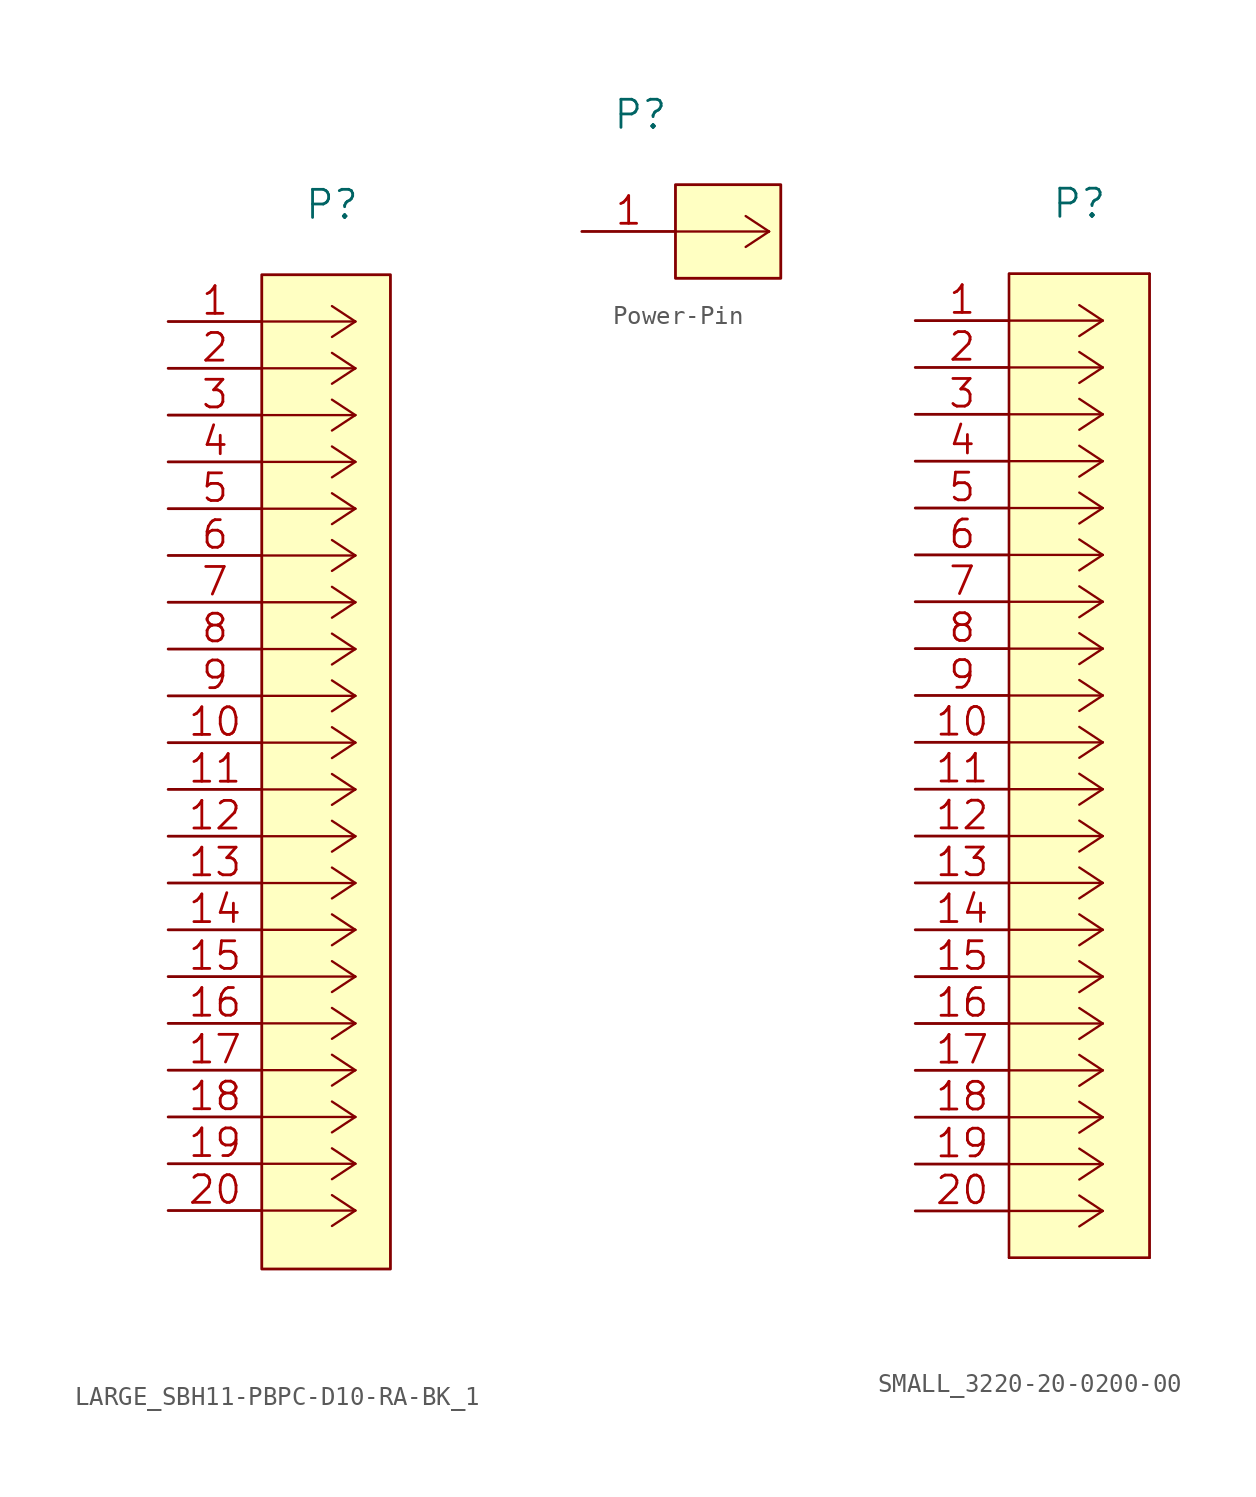
<source format=kicad_sym>
(kicad_symbol_lib
  (version 20211014)
  (generator kicad_symbol_editor)
  (symbol "LARGE_SBH11-PBPC-D10-RA-BK_1"
    (pin_names
      (offset 0.254) hide)
    (property "Reference" "P"
      (at 8.89 6.35 0)
      (effects (font (size 1.524 1.524))))
    (symbol "LARGE_SBH11-PBPC-D10-RA-BK_1_1_1"
      (polyline (pts (xy 10.16 -48.26) (xy 5.08 -48.26)) (stroke (width 0.127) (type default) (color 0 0 0 0)) (fill (type none)))
      (polyline (pts (xy 10.16 -48.26) (xy 8.89 -49.098)) (stroke (width 0.127) (type default) (color 0 0 0 0)) (fill (type none)))
      (polyline (pts (xy 10.16 -48.26) (xy 8.89 -47.422)) (stroke (width 0.127) (type default) (color 0 0 0 0)) (fill (type none)))
      (polyline (pts (xy 10.16 -45.72) (xy 5.08 -45.72)) (stroke (width 0.127) (type default) (color 0 0 0 0)) (fill (type none)))
      (polyline (pts (xy 10.16 -45.72) (xy 8.89 -46.558)) (stroke (width 0.127) (type default) (color 0 0 0 0)) (fill (type none)))
      (polyline (pts (xy 10.16 -45.72) (xy 8.89 -44.882)) (stroke (width 0.127) (type default) (color 0 0 0 0)) (fill (type none)))
      (polyline (pts (xy 10.16 -43.18) (xy 5.08 -43.18)) (stroke (width 0.127) (type default) (color 0 0 0 0)) (fill (type none)))
      (polyline (pts (xy 10.16 -43.18) (xy 8.89 -44.018)) (stroke (width 0.127) (type default) (color 0 0 0 0)) (fill (type none)))
      (polyline (pts (xy 10.16 -43.18) (xy 8.89 -42.342)) (stroke (width 0.127) (type default) (color 0 0 0 0)) (fill (type none)))
      (polyline (pts (xy 10.16 -40.64) (xy 5.08 -40.64)) (stroke (width 0.127) (type default) (color 0 0 0 0)) (fill (type none)))
      (polyline (pts (xy 10.16 -40.64) (xy 8.89 -41.478)) (stroke (width 0.127) (type default) (color 0 0 0 0)) (fill (type none)))
      (polyline (pts (xy 10.16 -40.64) (xy 8.89 -39.802)) (stroke (width 0.127) (type default) (color 0 0 0 0)) (fill (type none)))
      (polyline (pts (xy 10.16 -38.1) (xy 5.08 -38.1)) (stroke (width 0.127) (type default) (color 0 0 0 0)) (fill (type none)))
      (polyline (pts (xy 10.16 -38.1) (xy 8.89 -38.938)) (stroke (width 0.127) (type default) (color 0 0 0 0)) (fill (type none)))
      (polyline (pts (xy 10.16 -38.1) (xy 8.89 -37.262)) (stroke (width 0.127) (type default) (color 0 0 0 0)) (fill (type none)))
      (polyline (pts (xy 10.16 -35.56) (xy 5.08 -35.56)) (stroke (width 0.127) (type default) (color 0 0 0 0)) (fill (type none)))
      (polyline (pts (xy 10.16 -35.56) (xy 8.89 -36.398)) (stroke (width 0.127) (type default) (color 0 0 0 0)) (fill (type none)))
      (polyline (pts (xy 10.16 -35.56) (xy 8.89 -34.722)) (stroke (width 0.127) (type default) (color 0 0 0 0)) (fill (type none)))
      (polyline (pts (xy 10.16 -33.02) (xy 5.08 -33.02)) (stroke (width 0.127) (type default) (color 0 0 0 0)) (fill (type none)))
      (polyline (pts (xy 10.16 -33.02) (xy 8.89 -33.858)) (stroke (width 0.127) (type default) (color 0 0 0 0)) (fill (type none)))
      (polyline (pts (xy 10.16 -33.02) (xy 8.89 -32.182)) (stroke (width 0.127) (type default) (color 0 0 0 0)) (fill (type none)))
      (polyline (pts (xy 10.16 -30.48) (xy 5.08 -30.48)) (stroke (width 0.127) (type default) (color 0 0 0 0)) (fill (type none)))
      (polyline (pts (xy 10.16 -30.48) (xy 8.89 -31.318)) (stroke (width 0.127) (type default) (color 0 0 0 0)) (fill (type none)))
      (polyline (pts (xy 10.16 -30.48) (xy 8.89 -29.642)) (stroke (width 0.127) (type default) (color 0 0 0 0)) (fill (type none)))
      (polyline (pts (xy 10.16 -27.94) (xy 5.08 -27.94)) (stroke (width 0.127) (type default) (color 0 0 0 0)) (fill (type none)))
      (polyline (pts (xy 10.16 -27.94) (xy 8.89 -28.778)) (stroke (width 0.127) (type default) (color 0 0 0 0)) (fill (type none)))
      (polyline (pts (xy 10.16 -27.94) (xy 8.89 -27.102)) (stroke (width 0.127) (type default) (color 0 0 0 0)) (fill (type none)))
      (polyline (pts (xy 10.16 -25.4) (xy 5.08 -25.4)) (stroke (width 0.127) (type default) (color 0 0 0 0)) (fill (type none)))
      (polyline (pts (xy 10.16 -25.4) (xy 8.89 -26.238)) (stroke (width 0.127) (type default) (color 0 0 0 0)) (fill (type none)))
      (polyline (pts (xy 10.16 -25.4) (xy 8.89 -24.562)) (stroke (width 0.127) (type default) (color 0 0 0 0)) (fill (type none)))
      (polyline (pts (xy 10.16 -22.86) (xy 5.08 -22.86)) (stroke (width 0.127) (type default) (color 0 0 0 0)) (fill (type none)))
      (polyline (pts (xy 10.16 -22.86) (xy 8.89 -23.698)) (stroke (width 0.127) (type default) (color 0 0 0 0)) (fill (type none)))
      (polyline (pts (xy 10.16 -22.86) (xy 8.89 -22.022)) (stroke (width 0.127) (type default) (color 0 0 0 0)) (fill (type none)))
      (polyline (pts (xy 10.16 -20.32) (xy 5.08 -20.32)) (stroke (width 0.127) (type default) (color 0 0 0 0)) (fill (type none)))
      (polyline (pts (xy 10.16 -20.32) (xy 8.89 -21.158)) (stroke (width 0.127) (type default) (color 0 0 0 0)) (fill (type none)))
      (polyline (pts (xy 10.16 -20.32) (xy 8.89 -19.482)) (stroke (width 0.127) (type default) (color 0 0 0 0)) (fill (type none)))
      (polyline (pts (xy 10.16 -17.78) (xy 5.08 -17.78)) (stroke (width 0.127) (type default) (color 0 0 0 0)) (fill (type none)))
      (polyline (pts (xy 10.16 -17.78) (xy 8.89 -18.618)) (stroke (width 0.127) (type default) (color 0 0 0 0)) (fill (type none)))
      (polyline (pts (xy 10.16 -17.78) (xy 8.89 -16.942)) (stroke (width 0.127) (type default) (color 0 0 0 0)) (fill (type none)))
      (polyline (pts (xy 10.16 -15.24) (xy 5.08 -15.24)) (stroke (width 0.127) (type default) (color 0 0 0 0)) (fill (type none)))
      (polyline (pts (xy 10.16 -15.24) (xy 8.89 -16.078)) (stroke (width 0.127) (type default) (color 0 0 0 0)) (fill (type none)))
      (polyline (pts (xy 10.16 -15.24) (xy 8.89 -14.402)) (stroke (width 0.127) (type default) (color 0 0 0 0)) (fill (type none)))
      (polyline (pts (xy 10.16 -12.7) (xy 5.08 -12.7)) (stroke (width 0.127) (type default) (color 0 0 0 0)) (fill (type none)))
      (polyline (pts (xy 10.16 -12.7) (xy 8.89 -13.538)) (stroke (width 0.127) (type default) (color 0 0 0 0)) (fill (type none)))
      (polyline (pts (xy 10.16 -12.7) (xy 8.89 -11.862)) (stroke (width 0.127) (type default) (color 0 0 0 0)) (fill (type none)))
      (polyline (pts (xy 10.16 -10.16) (xy 5.08 -10.16)) (stroke (width 0.127) (type default) (color 0 0 0 0)) (fill (type none)))
      (polyline (pts (xy 10.16 -10.16) (xy 8.89 -10.998)) (stroke (width 0.127) (type default) (color 0 0 0 0)) (fill (type none)))
      (polyline (pts (xy 10.16 -10.16) (xy 8.89 -9.322)) (stroke (width 0.127) (type default) (color 0 0 0 0)) (fill (type none)))
      (polyline (pts (xy 10.16 -7.62) (xy 5.08 -7.62)) (stroke (width 0.127) (type default) (color 0 0 0 0)) (fill (type none)))
      (polyline (pts (xy 10.16 -7.62) (xy 8.89 -8.458)) (stroke (width 0.127) (type default) (color 0 0 0 0)) (fill (type none)))
      (polyline (pts (xy 10.16 -7.62) (xy 8.89 -6.782)) (stroke (width 0.127) (type default) (color 0 0 0 0)) (fill (type none)))
      (polyline (pts (xy 10.16 -5.08) (xy 5.08 -5.08)) (stroke (width 0.127) (type default) (color 0 0 0 0)) (fill (type none)))
      (polyline (pts (xy 10.16 -5.08) (xy 8.89 -5.918)) (stroke (width 0.127) (type default) (color 0 0 0 0)) (fill (type none)))
      (polyline (pts (xy 10.16 -5.08) (xy 8.89 -4.242)) (stroke (width 0.127) (type default) (color 0 0 0 0)) (fill (type none)))
      (polyline (pts (xy 10.16 -2.54) (xy 5.08 -2.54)) (stroke (width 0.127) (type default) (color 0 0 0 0)) (fill (type none)))
      (polyline (pts (xy 10.16 -2.54) (xy 8.89 -3.378)) (stroke (width 0.127) (type default) (color 0 0 0 0)) (fill (type none)))
      (polyline (pts (xy 10.16 -2.54) (xy 8.89 -1.702)) (stroke (width 0.127) (type default) (color 0 0 0 0)) (fill (type none)))
      (polyline (pts (xy 10.16 0) (xy 5.08 0)) (stroke (width 0.127) (type default) (color 0 0 0 0)) (fill (type none)))
      (polyline (pts (xy 10.16 0) (xy 8.89 -0.838)) (stroke (width 0.127) (type default) (color 0 0 0 0)) (fill (type none)))
      (polyline (pts (xy 10.16 0) (xy 8.89 0.838)) (stroke (width 0.127) (type default) (color 0 0 0 0)) (fill (type none)))
      (rectangle (start 5.08 2.54) (end 12.065 -51.435) (stroke (width 0.152) (type default) (color 0 0 0 0)) (fill (type background)))
      (pin passive line (at 0 0 0) (length 5.08) (name "1" (effects (font (size 1.499 1.499)))) (number "1" (effects (font (size 1.499 1.499)))))
      (pin passive line (at 0 -22.86 0) (length 5.08) (name "10" (effects (font (size 1.499 1.499)))) (number "10" (effects (font (size 1.499 1.499)))))
      (pin passive line (at 0 -25.4 0) (length 5.08) (name "11" (effects (font (size 1.499 1.499)))) (number "11" (effects (font (size 1.499 1.499)))))
      (pin passive line (at 0 -27.94 0) (length 5.08) (name "12" (effects (font (size 1.499 1.499)))) (number "12" (effects (font (size 1.499 1.499)))))
      (pin passive line (at 0 -30.48 0) (length 5.08) (name "13" (effects (font (size 1.499 1.499)))) (number "13" (effects (font (size 1.499 1.499)))))
      (pin passive line (at 0 -33.02 0) (length 5.08) (name "14" (effects (font (size 1.499 1.499)))) (number "14" (effects (font (size 1.499 1.499)))))
      (pin passive line (at 0 -35.56 0) (length 5.08) (name "15" (effects (font (size 1.499 1.499)))) (number "15" (effects (font (size 1.499 1.499)))))
      (pin passive line (at 0 -38.1 0) (length 5.08) (name "16" (effects (font (size 1.499 1.499)))) (number "16" (effects (font (size 1.499 1.499)))))
      (pin passive line (at 0 -40.64 0) (length 5.08) (name "17" (effects (font (size 1.499 1.499)))) (number "17" (effects (font (size 1.499 1.499)))))
      (pin passive line (at 0 -43.18 0) (length 5.08) (name "18" (effects (font (size 1.499 1.499)))) (number "18" (effects (font (size 1.499 1.499)))))
      (pin passive line (at 0 -45.72 0) (length 5.08) (name "19" (effects (font (size 1.499 1.499)))) (number "19" (effects (font (size 1.499 1.499)))))
      (pin passive line (at 0 -2.54 0) (length 5.08) (name "2" (effects (font (size 1.499 1.499)))) (number "2" (effects (font (size 1.499 1.499)))))
      (pin passive line (at 0 -48.26 0) (length 5.08) (name "20" (effects (font (size 1.499 1.499)))) (number "20" (effects (font (size 1.499 1.499)))))
      (pin passive line (at 0 -5.08 0) (length 5.08) (name "3" (effects (font (size 1.499 1.499)))) (number "3" (effects (font (size 1.499 1.499)))))
      (pin passive line (at 0 -7.62 0) (length 5.08) (name "4" (effects (font (size 1.499 1.499)))) (number "4" (effects (font (size 1.499 1.499)))))
      (pin passive line (at 0 -10.16 0) (length 5.08) (name "5" (effects (font (size 1.499 1.499)))) (number "5" (effects (font (size 1.499 1.499)))))
      (pin passive line (at 0 -12.7 0) (length 5.08) (name "6" (effects (font (size 1.499 1.499)))) (number "6" (effects (font (size 1.499 1.499)))))
      (pin passive line (at 0 -15.24 0) (length 5.08) (name "7" (effects (font (size 1.499 1.499)))) (number "7" (effects (font (size 1.499 1.499)))))
      (pin passive line (at 0 -17.78 0) (length 5.08) (name "8" (effects (font (size 1.499 1.499)))) (number "8" (effects (font (size 1.499 1.499)))))
      (pin passive line (at 0 -20.32 0) (length 5.08) (name "9" (effects (font (size 1.499 1.499)))) (number "9" (effects (font (size 1.499 1.499)))))))
  (symbol "Power-Pin"
    (pin_names
      (offset 0.254) hide)
    (property "Reference" "P"
      (at -1.905 6.35 0)
      (effects (font (size 1.524 1.524))))
    (symbol "Power-Pin_1_1"
      (polyline (pts (xy 5.08 0) (xy 0 0)) (stroke (width 0.127) (type default) (color 0 0 0 0)) (fill (type none)))
      (polyline (pts (xy 5.08 0) (xy 3.81 -0.838)) (stroke (width 0.127) (type default) (color 0 0 0 0)) (fill (type none)))
      (polyline (pts (xy 5.08 0) (xy 3.81 0.838)) (stroke (width 0.127) (type default) (color 0 0 0 0)) (fill (type none)))
      (rectangle (start 0 2.54) (end 5.715 -2.54) (stroke (width 0.152) (type default) (color 0 0 0 0)) (fill (type background)))
      (pin passive line (at -5.08 0 0) (length 5.08) (name "1" (effects (font (size 1.499 1.499)))) (number "1" (effects (font (size 1.499 1.499)))))))
  (symbol "SMALL_3220-20-0200-00"
    (pin_names
      (offset 0.254) hide)
    (property "Reference" "P"
      (at 8.89 6.35 0)
      (effects (font (size 1.524 1.524))))
    (symbol "SMALL_3220-20-0200-00_1_1"
      (polyline (pts (xy 5.08 -50.8) (xy 12.7 -50.8)) (stroke (width 0.127) (type default) (color 0 0 0 0)) (fill (type none)))
      (polyline (pts (xy 5.08 2.54) (xy 5.08 -50.8)) (stroke (width 0.127) (type default) (color 0 0 0 0)) (fill (type none)))
      (polyline (pts (xy 10.16 -48.26) (xy 5.08 -48.26)) (stroke (width 0.127) (type default) (color 0 0 0 0)) (fill (type none)))
      (polyline (pts (xy 10.16 -48.26) (xy 8.89 -49.098)) (stroke (width 0.127) (type default) (color 0 0 0 0)) (fill (type none)))
      (polyline (pts (xy 10.16 -48.26) (xy 8.89 -47.422)) (stroke (width 0.127) (type default) (color 0 0 0 0)) (fill (type none)))
      (polyline (pts (xy 10.16 -45.72) (xy 5.08 -45.72)) (stroke (width 0.127) (type default) (color 0 0 0 0)) (fill (type none)))
      (polyline (pts (xy 10.16 -45.72) (xy 8.89 -46.558)) (stroke (width 0.127) (type default) (color 0 0 0 0)) (fill (type none)))
      (polyline (pts (xy 10.16 -45.72) (xy 8.89 -44.882)) (stroke (width 0.127) (type default) (color 0 0 0 0)) (fill (type none)))
      (polyline (pts (xy 10.16 -43.18) (xy 5.08 -43.18)) (stroke (width 0.127) (type default) (color 0 0 0 0)) (fill (type none)))
      (polyline (pts (xy 10.16 -43.18) (xy 8.89 -44.018)) (stroke (width 0.127) (type default) (color 0 0 0 0)) (fill (type none)))
      (polyline (pts (xy 10.16 -43.18) (xy 8.89 -42.342)) (stroke (width 0.127) (type default) (color 0 0 0 0)) (fill (type none)))
      (polyline (pts (xy 10.16 -40.64) (xy 5.08 -40.64)) (stroke (width 0.127) (type default) (color 0 0 0 0)) (fill (type none)))
      (polyline (pts (xy 10.16 -40.64) (xy 8.89 -41.478)) (stroke (width 0.127) (type default) (color 0 0 0 0)) (fill (type none)))
      (polyline (pts (xy 10.16 -40.64) (xy 8.89 -39.802)) (stroke (width 0.127) (type default) (color 0 0 0 0)) (fill (type none)))
      (polyline (pts (xy 10.16 -38.1) (xy 5.08 -38.1)) (stroke (width 0.127) (type default) (color 0 0 0 0)) (fill (type none)))
      (polyline (pts (xy 10.16 -38.1) (xy 8.89 -38.938)) (stroke (width 0.127) (type default) (color 0 0 0 0)) (fill (type none)))
      (polyline (pts (xy 10.16 -38.1) (xy 8.89 -37.262)) (stroke (width 0.127) (type default) (color 0 0 0 0)) (fill (type none)))
      (polyline (pts (xy 10.16 -35.56) (xy 5.08 -35.56)) (stroke (width 0.127) (type default) (color 0 0 0 0)) (fill (type none)))
      (polyline (pts (xy 10.16 -35.56) (xy 8.89 -36.398)) (stroke (width 0.127) (type default) (color 0 0 0 0)) (fill (type none)))
      (polyline (pts (xy 10.16 -35.56) (xy 8.89 -34.722)) (stroke (width 0.127) (type default) (color 0 0 0 0)) (fill (type none)))
      (polyline (pts (xy 10.16 -33.02) (xy 5.08 -33.02)) (stroke (width 0.127) (type default) (color 0 0 0 0)) (fill (type none)))
      (polyline (pts (xy 10.16 -33.02) (xy 8.89 -33.858)) (stroke (width 0.127) (type default) (color 0 0 0 0)) (fill (type none)))
      (polyline (pts (xy 10.16 -33.02) (xy 8.89 -32.182)) (stroke (width 0.127) (type default) (color 0 0 0 0)) (fill (type none)))
      (polyline (pts (xy 10.16 -30.48) (xy 5.08 -30.48)) (stroke (width 0.127) (type default) (color 0 0 0 0)) (fill (type none)))
      (polyline (pts (xy 10.16 -30.48) (xy 8.89 -31.318)) (stroke (width 0.127) (type default) (color 0 0 0 0)) (fill (type none)))
      (polyline (pts (xy 10.16 -30.48) (xy 8.89 -29.642)) (stroke (width 0.127) (type default) (color 0 0 0 0)) (fill (type none)))
      (polyline (pts (xy 10.16 -27.94) (xy 5.08 -27.94)) (stroke (width 0.127) (type default) (color 0 0 0 0)) (fill (type none)))
      (polyline (pts (xy 10.16 -27.94) (xy 8.89 -28.778)) (stroke (width 0.127) (type default) (color 0 0 0 0)) (fill (type none)))
      (polyline (pts (xy 10.16 -27.94) (xy 8.89 -27.102)) (stroke (width 0.127) (type default) (color 0 0 0 0)) (fill (type none)))
      (polyline (pts (xy 10.16 -25.4) (xy 5.08 -25.4)) (stroke (width 0.127) (type default) (color 0 0 0 0)) (fill (type none)))
      (polyline (pts (xy 10.16 -25.4) (xy 8.89 -26.238)) (stroke (width 0.127) (type default) (color 0 0 0 0)) (fill (type none)))
      (polyline (pts (xy 10.16 -25.4) (xy 8.89 -24.562)) (stroke (width 0.127) (type default) (color 0 0 0 0)) (fill (type none)))
      (polyline (pts (xy 10.16 -22.86) (xy 5.08 -22.86)) (stroke (width 0.127) (type default) (color 0 0 0 0)) (fill (type none)))
      (polyline (pts (xy 10.16 -22.86) (xy 8.89 -23.698)) (stroke (width 0.127) (type default) (color 0 0 0 0)) (fill (type none)))
      (polyline (pts (xy 10.16 -22.86) (xy 8.89 -22.022)) (stroke (width 0.127) (type default) (color 0 0 0 0)) (fill (type none)))
      (polyline (pts (xy 10.16 -20.32) (xy 5.08 -20.32)) (stroke (width 0.127) (type default) (color 0 0 0 0)) (fill (type none)))
      (polyline (pts (xy 10.16 -20.32) (xy 8.89 -21.158)) (stroke (width 0.127) (type default) (color 0 0 0 0)) (fill (type none)))
      (polyline (pts (xy 10.16 -20.32) (xy 8.89 -19.482)) (stroke (width 0.127) (type default) (color 0 0 0 0)) (fill (type none)))
      (polyline (pts (xy 10.16 -17.78) (xy 5.08 -17.78)) (stroke (width 0.127) (type default) (color 0 0 0 0)) (fill (type none)))
      (polyline (pts (xy 10.16 -17.78) (xy 8.89 -18.618)) (stroke (width 0.127) (type default) (color 0 0 0 0)) (fill (type none)))
      (polyline (pts (xy 10.16 -17.78) (xy 8.89 -16.942)) (stroke (width 0.127) (type default) (color 0 0 0 0)) (fill (type none)))
      (polyline (pts (xy 10.16 -15.24) (xy 5.08 -15.24)) (stroke (width 0.127) (type default) (color 0 0 0 0)) (fill (type none)))
      (polyline (pts (xy 10.16 -15.24) (xy 8.89 -16.078)) (stroke (width 0.127) (type default) (color 0 0 0 0)) (fill (type none)))
      (polyline (pts (xy 10.16 -15.24) (xy 8.89 -14.402)) (stroke (width 0.127) (type default) (color 0 0 0 0)) (fill (type none)))
      (polyline (pts (xy 10.16 -12.7) (xy 5.08 -12.7)) (stroke (width 0.127) (type default) (color 0 0 0 0)) (fill (type none)))
      (polyline (pts (xy 10.16 -12.7) (xy 8.89 -13.538)) (stroke (width 0.127) (type default) (color 0 0 0 0)) (fill (type none)))
      (polyline (pts (xy 10.16 -12.7) (xy 8.89 -11.862)) (stroke (width 0.127) (type default) (color 0 0 0 0)) (fill (type none)))
      (polyline (pts (xy 10.16 -10.16) (xy 5.08 -10.16)) (stroke (width 0.127) (type default) (color 0 0 0 0)) (fill (type none)))
      (polyline (pts (xy 10.16 -10.16) (xy 8.89 -10.998)) (stroke (width 0.127) (type default) (color 0 0 0 0)) (fill (type none)))
      (polyline (pts (xy 10.16 -10.16) (xy 8.89 -9.322)) (stroke (width 0.127) (type default) (color 0 0 0 0)) (fill (type none)))
      (polyline (pts (xy 10.16 -7.62) (xy 5.08 -7.62)) (stroke (width 0.127) (type default) (color 0 0 0 0)) (fill (type none)))
      (polyline (pts (xy 10.16 -7.62) (xy 8.89 -8.458)) (stroke (width 0.127) (type default) (color 0 0 0 0)) (fill (type none)))
      (polyline (pts (xy 10.16 -7.62) (xy 8.89 -6.782)) (stroke (width 0.127) (type default) (color 0 0 0 0)) (fill (type none)))
      (polyline (pts (xy 10.16 -5.08) (xy 5.08 -5.08)) (stroke (width 0.127) (type default) (color 0 0 0 0)) (fill (type none)))
      (polyline (pts (xy 10.16 -5.08) (xy 8.89 -5.918)) (stroke (width 0.127) (type default) (color 0 0 0 0)) (fill (type none)))
      (polyline (pts (xy 10.16 -5.08) (xy 8.89 -4.242)) (stroke (width 0.127) (type default) (color 0 0 0 0)) (fill (type none)))
      (polyline (pts (xy 10.16 -2.54) (xy 5.08 -2.54)) (stroke (width 0.127) (type default) (color 0 0 0 0)) (fill (type none)))
      (polyline (pts (xy 10.16 -2.54) (xy 8.89 -3.378)) (stroke (width 0.127) (type default) (color 0 0 0 0)) (fill (type none)))
      (polyline (pts (xy 10.16 -2.54) (xy 8.89 -1.702)) (stroke (width 0.127) (type default) (color 0 0 0 0)) (fill (type none)))
      (polyline (pts (xy 10.16 0) (xy 5.08 0)) (stroke (width 0.127) (type default) (color 0 0 0 0)) (fill (type none)))
      (polyline (pts (xy 10.16 0) (xy 8.89 -0.838)) (stroke (width 0.127) (type default) (color 0 0 0 0)) (fill (type none)))
      (polyline (pts (xy 10.16 0) (xy 8.89 0.838)) (stroke (width 0.127) (type default) (color 0 0 0 0)) (fill (type none)))
      (polyline (pts (xy 12.7 -50.8) (xy 12.7 2.54)) (stroke (width 0.127) (type default) (color 0 0 0 0)) (fill (type none)))
      (polyline (pts (xy 12.7 2.54) (xy 5.08 2.54)) (stroke (width 0.127) (type default) (color 0 0 0 0)) (fill (type background)))
      (rectangle (start 5.08 2.54) (end 12.7 -50.8) (stroke (width 0.127) (type default) (color 0 0 0 0)) (fill (type background)))
      (pin passive line (at 0 0 0) (length 5.08) (name "1" (effects (font (size 1.499 1.499)))) (number "1" (effects (font (size 1.499 1.499)))))
      (pin passive line (at 0 -22.86 0) (length 5.08) (name "10" (effects (font (size 1.499 1.499)))) (number "10" (effects (font (size 1.499 1.499)))))
      (pin passive line (at 0 -25.4 0) (length 5.08) (name "11" (effects (font (size 1.499 1.499)))) (number "11" (effects (font (size 1.499 1.499)))))
      (pin passive line (at 0 -27.94 0) (length 5.08) (name "12" (effects (font (size 1.499 1.499)))) (number "12" (effects (font (size 1.499 1.499)))))
      (pin passive line (at 0 -30.48 0) (length 5.08) (name "13" (effects (font (size 1.499 1.499)))) (number "13" (effects (font (size 1.499 1.499)))))
      (pin passive line (at 0 -33.02 0) (length 5.08) (name "14" (effects (font (size 1.499 1.499)))) (number "14" (effects (font (size 1.499 1.499)))))
      (pin passive line (at 0 -35.56 0) (length 5.08) (name "15" (effects (font (size 1.499 1.499)))) (number "15" (effects (font (size 1.499 1.499)))))
      (pin passive line (at 0 -38.1 0) (length 5.08) (name "16" (effects (font (size 1.499 1.499)))) (number "16" (effects (font (size 1.499 1.499)))))
      (pin passive line (at 0 -40.64 0) (length 5.08) (name "17" (effects (font (size 1.499 1.499)))) (number "17" (effects (font (size 1.499 1.499)))))
      (pin passive line (at 0 -43.18 0) (length 5.08) (name "18" (effects (font (size 1.499 1.499)))) (number "18" (effects (font (size 1.499 1.499)))))
      (pin passive line (at 0 -45.72 0) (length 5.08) (name "19" (effects (font (size 1.499 1.499)))) (number "19" (effects (font (size 1.499 1.499)))))
      (pin passive line (at 0 -2.54 0) (length 5.08) (name "2" (effects (font (size 1.499 1.499)))) (number "2" (effects (font (size 1.499 1.499)))))
      (pin passive line (at 0 -48.26 0) (length 5.08) (name "20" (effects (font (size 1.499 1.499)))) (number "20" (effects (font (size 1.499 1.499)))))
      (pin passive line (at 0 -5.08 0) (length 5.08) (name "3" (effects (font (size 1.499 1.499)))) (number "3" (effects (font (size 1.499 1.499)))))
      (pin passive line (at 0 -7.62 0) (length 5.08) (name "4" (effects (font (size 1.499 1.499)))) (number "4" (effects (font (size 1.499 1.499)))))
      (pin passive line (at 0 -10.16 0) (length 5.08) (name "5" (effects (font (size 1.499 1.499)))) (number "5" (effects (font (size 1.499 1.499)))))
      (pin passive line (at 0 -12.7 0) (length 5.08) (name "6" (effects (font (size 1.499 1.499)))) (number "6" (effects (font (size 1.499 1.499)))))
      (pin passive line (at 0 -15.24 0) (length 5.08) (name "7" (effects (font (size 1.499 1.499)))) (number "7" (effects (font (size 1.499 1.499)))))
      (pin passive line (at 0 -17.78 0) (length 5.08) (name "8" (effects (font (size 1.499 1.499)))) (number "8" (effects (font (size 1.499 1.499)))))
      (pin passive line (at 0 -20.32 0) (length 5.08) (name "9" (effects (font (size 1.499 1.499)))) (number "9" (effects (font (size 1.499 1.499))))))))
</source>
